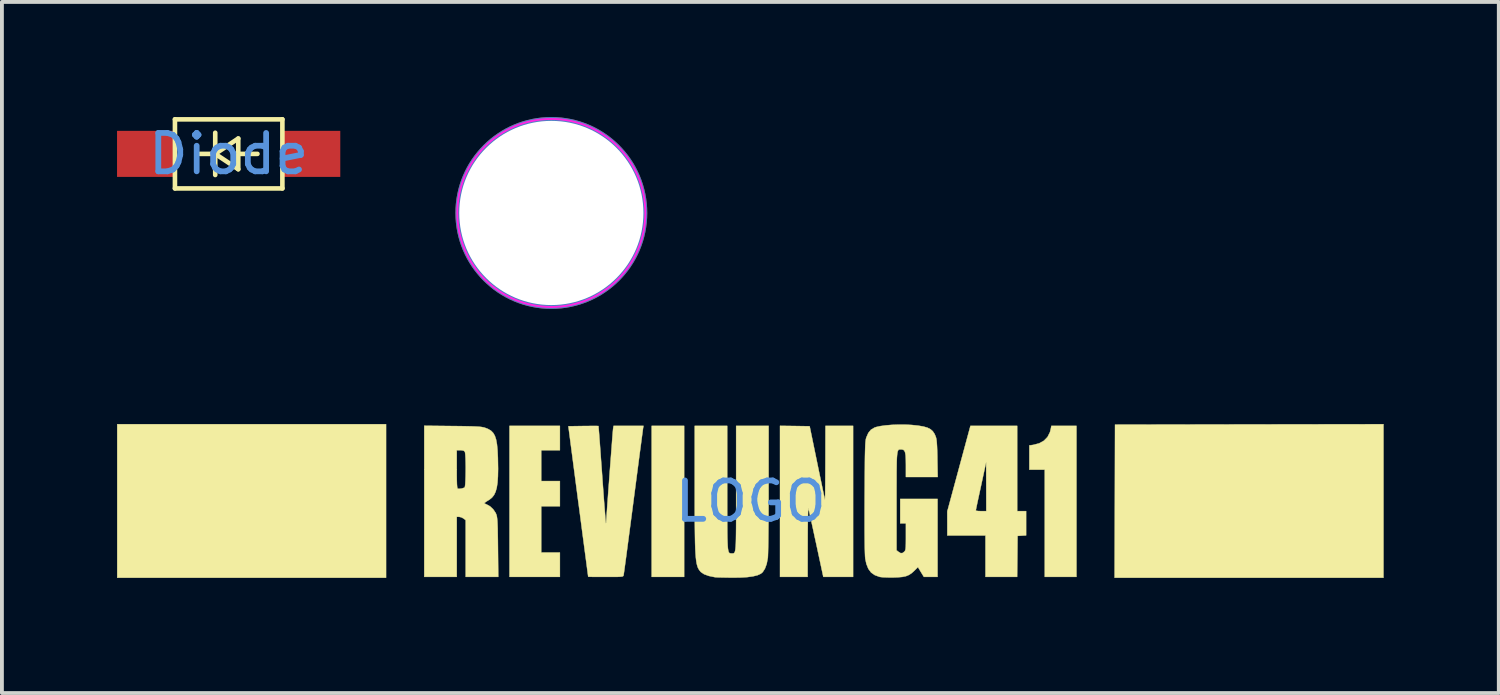
<source format=kicad_pcb>
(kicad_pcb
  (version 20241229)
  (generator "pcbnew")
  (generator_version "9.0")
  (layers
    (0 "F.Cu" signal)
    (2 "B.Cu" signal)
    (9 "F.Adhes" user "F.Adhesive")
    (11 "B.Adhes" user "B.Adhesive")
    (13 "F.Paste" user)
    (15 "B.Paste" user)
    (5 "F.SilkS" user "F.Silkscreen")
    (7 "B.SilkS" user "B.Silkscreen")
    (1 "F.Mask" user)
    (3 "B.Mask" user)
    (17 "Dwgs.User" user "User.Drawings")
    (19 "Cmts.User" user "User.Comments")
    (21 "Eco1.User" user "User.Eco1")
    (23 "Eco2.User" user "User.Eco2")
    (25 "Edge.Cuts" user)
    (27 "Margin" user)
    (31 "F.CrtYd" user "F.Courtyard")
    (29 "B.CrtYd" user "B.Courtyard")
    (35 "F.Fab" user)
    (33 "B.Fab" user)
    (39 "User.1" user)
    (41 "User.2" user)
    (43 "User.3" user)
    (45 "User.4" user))
  (footprint "LOGO"
    (layer "F.Cu")
    (at 16.515 10.016)
    (property "Reference" "LOGO" (at 0 0 0) (layer "Cmts.User") (effects (font (size 1 1) (thickness 0.15))))
    (attr through_hole)
    (fp_poly (pts (xy -9.504 1.99) (xy -16.51 1.99) (xy -16.51 -2.011) (xy -9.504 -2.011) (xy -9.504 1.99)) (stroke (width 0.01) (type solid)) (fill yes) (layer "F.SilkS"))
    (fp_poly (pts (xy -1.736 1.968) (xy -2.582 1.968) (xy -2.582 -1.968) (xy -1.736 -1.968) (xy -1.736 1.968)) (stroke (width 0.01) (type solid)) (fill yes) (layer "F.SilkS"))
    (fp_poly (pts (xy 16.489 1.99) (xy 9.482 1.99) (xy 9.488 -0.005) (xy 9.493 -2) (xy 12.991 -2.006) (xy 16.489 -2.011) (xy 16.489 1.99)) (stroke (width 0.01) (type solid)) (fill yes) (layer "F.SilkS"))
    (fp_poly (pts (xy -4.974 -1.333) (xy -5.461 -1.333) (xy -5.461 -0.529) (xy -4.974 -0.529) (xy -4.974 0.127) (xy -5.461 0.127) (xy -5.461 1.333) (xy -4.974 1.333) (xy -4.974 1.968) (xy -6.287 1.968) (xy -6.287 -1.968) (xy -4.974 -1.968) (xy -4.974 -1.333)) (stroke (width 0.01) (type solid)) (fill yes) (layer "F.SilkS"))
    (fp_poly (pts (xy 8.488 1.968) (xy 7.662 1.968) (xy 7.662 -0.826) (xy 7.26 -0.826) (xy 7.26 -1.458) (xy 7.361 -1.472) (xy 7.515 -1.512) (xy 7.64 -1.581) (xy 7.735 -1.679) (xy 7.798 -1.805) (xy 7.819 -1.889) (xy 7.834 -1.968) (xy 8.488 -1.968) (xy 8.488 1.968)) (stroke (width 0.01) (type solid)) (fill yes) (layer "F.SilkS"))
    (fp_poly (pts (xy 6.943 0.254) (xy 7.176 0.254) (xy 7.176 0.887) (xy 7.064 0.893) (xy 6.953 0.9) (xy 6.948 1.434) (xy 6.942 1.968) (xy 6.117 1.968) (xy 6.117 0.889) (xy 5.122 0.889) (xy 5.122 0.577) (xy 5.121 0.265) (xy 5.128 0.238) (xy 5.864 0.238) (xy 5.883 0.246) (xy 5.933 0.252) (xy 6.001 0.254) (xy 6.138 0.254) (xy 6.137 -0.386) (xy 6.135 -1.027) (xy 6 -0.402) (xy 5.966 -0.245) (xy 5.935 -0.102) (xy 5.908 0.023) (xy 5.887 0.124) (xy 5.872 0.196) (xy 5.865 0.234) (xy 5.864 0.238) (xy 5.128 0.238) (xy 5.423 -0.852) (xy 5.725 -1.968) (xy 6.943 -1.968) (xy 6.943 0.254)) (stroke (width 0.01) (type solid)) (fill yes) (layer "F.SilkS"))
    (fp_poly (pts (xy 1.148 -1.964) (xy 1.535 -1.958) (xy 1.729 -1.016) (xy 1.769 -0.821) (xy 1.807 -0.639) (xy 1.842 -0.473) (xy 1.872 -0.328) (xy 1.897 -0.208) (xy 1.916 -0.118) (xy 1.929 -0.061) (xy 1.933 -0.042) (xy 1.935 -0.056) (xy 1.937 -0.108) (xy 1.939 -0.195) (xy 1.94 -0.312) (xy 1.942 -0.455) (xy 1.943 -0.621) (xy 1.944 -0.805) (xy 1.945 -0.99) (xy 1.947 -1.968) (xy 2.667 -1.968) (xy 2.667 1.968) (xy 1.891 1.968) (xy 1.706 1.106) (xy 1.665 0.919) (xy 1.627 0.742) (xy 1.592 0.581) (xy 1.562 0.441) (xy 1.536 0.326) (xy 1.517 0.241) (xy 1.505 0.19) (xy 1.503 0.18) (xy 1.499 0.186) (xy 1.496 0.232) (xy 1.492 0.312) (xy 1.489 0.424) (xy 1.487 0.565) (xy 1.485 0.731) (xy 1.484 0.917) (xy 1.484 1.042) (xy 1.482 1.968) (xy 0.762 1.968) (xy 0.762 -1.969) (xy 1.148 -1.964)) (stroke (width 0.01) (type solid)) (fill yes) (layer "F.SilkS"))
    (fp_poly (pts (xy -0.614 -0.354) (xy -0.614 -0.045) (xy -0.614 0.224) (xy -0.613 0.456) (xy -0.612 0.654) (xy -0.611 0.821) (xy -0.609 0.959) (xy -0.605 1.071) (xy -0.601 1.159) (xy -0.595 1.227) (xy -0.587 1.277) (xy -0.578 1.312) (xy -0.566 1.335) (xy -0.553 1.348) (xy -0.537 1.353) (xy -0.519 1.355) (xy -0.498 1.355) (xy -0.498 1.355) (xy -0.477 1.355) (xy -0.458 1.355) (xy -0.442 1.351) (xy -0.429 1.34) (xy -0.417 1.321) (xy -0.408 1.29) (xy -0.4 1.244) (xy -0.394 1.181) (xy -0.389 1.098) (xy -0.386 0.993) (xy -0.384 0.862) (xy -0.382 0.703) (xy -0.381 0.513) (xy -0.381 0.289) (xy -0.381 0.03) (xy -0.381 -0.269) (xy -0.381 -0.34) (xy -0.381 -1.968) (xy 0.466 -1.968) (xy 0.465 -0.323) (xy 0.465 -0.058) (xy 0.464 0.197) (xy 0.463 0.439) (xy 0.461 0.665) (xy 0.459 0.871) (xy 0.457 1.053) (xy 0.454 1.208) (xy 0.451 1.332) (xy 0.448 1.421) (xy 0.445 1.473) (xy 0.444 1.476) (xy 0.415 1.63) (xy 0.369 1.754) (xy 0.311 1.844) (xy 0.264 1.884) (xy 0.177 1.924) (xy 0.059 1.953) (xy -0.093 1.974) (xy -0.282 1.985) (xy -0.505 1.987) (xy -0.63 1.985) (xy -0.743 1.983) (xy -0.837 1.981) (xy -0.904 1.978) (xy -0.931 1.976) (xy -1.092 1.943) (xy -1.216 1.898) (xy -1.3 1.841) (xy -1.311 1.829) (xy -1.336 1.798) (xy -1.358 1.765) (xy -1.378 1.726) (xy -1.394 1.679) (xy -1.409 1.622) (xy -1.421 1.551) (xy -1.431 1.463) (xy -1.439 1.357) (xy -1.446 1.229) (xy -1.451 1.077) (xy -1.454 0.897) (xy -1.457 0.688) (xy -1.459 0.447) (xy -1.46 0.17) (xy -1.46 -0.145) (xy -1.46 -0.365) (xy -1.46 -1.968) (xy -0.614 -1.968) (xy -0.614 -0.354)) (stroke (width 0.01) (type solid)) (fill yes) (layer "F.SilkS"))
    (fp_poly (pts (xy -7.773 -1.963) (xy -7.57 -1.961) (xy -7.405 -1.958) (xy -7.273 -1.955) (xy -7.169 -1.951) (xy -7.088 -1.946) (xy -7.026 -1.94) (xy -6.979 -1.932) (xy -6.941 -1.923) (xy -6.928 -1.919) (xy -6.84 -1.884) (xy -6.768 -1.841) (xy -6.712 -1.784) (xy -6.669 -1.709) (xy -6.637 -1.612) (xy -6.614 -1.487) (xy -6.599 -1.331) (xy -6.59 -1.138) (xy -6.589 -1.079) (xy -6.585 -0.846) (xy -6.589 -0.65) (xy -6.6 -0.488) (xy -6.62 -0.356) (xy -6.65 -0.25) (xy -6.69 -0.166) (xy -6.743 -0.1) (xy -6.807 -0.047) (xy -6.832 -0.032) (xy -6.89 0.004) (xy -6.93 0.033) (xy -6.942 0.046) (xy -6.925 0.061) (xy -6.883 0.08) (xy -6.882 0.08) (xy -6.793 0.13) (xy -6.711 0.208) (xy -6.648 0.301) (xy -6.634 0.334) (xy -6.623 0.365) (xy -6.615 0.402) (xy -6.609 0.451) (xy -6.603 0.514) (xy -6.599 0.598) (xy -6.595 0.706) (xy -6.593 0.844) (xy -6.59 1.015) (xy -6.588 1.201) (xy -6.58 1.968) (xy -7.429 1.968) (xy -7.429 0.49) (xy -7.485 0.446) (xy -7.543 0.415) (xy -7.602 0.402) (xy -7.662 0.402) (xy -7.662 1.968) (xy -8.509 1.968) (xy -8.509 -1.333) (xy -7.662 -1.333) (xy -7.662 -0.838) (xy -7.662 -0.67) (xy -7.66 -0.541) (xy -7.657 -0.447) (xy -7.652 -0.383) (xy -7.645 -0.346) (xy -7.636 -0.331) (xy -7.636 -0.331) (xy -7.59 -0.327) (xy -7.529 -0.336) (xy -7.473 -0.354) (xy -7.456 -0.365) (xy -7.447 -0.392) (xy -7.44 -0.454) (xy -7.435 -0.543) (xy -7.431 -0.651) (xy -7.429 -0.771) (xy -7.428 -0.894) (xy -7.43 -1.013) (xy -7.433 -1.121) (xy -7.438 -1.209) (xy -7.445 -1.27) (xy -7.451 -1.293) (xy -7.479 -1.32) (xy -7.529 -1.332) (xy -7.568 -1.333) (xy -7.662 -1.333) (xy -8.509 -1.333) (xy -8.509 -1.971) (xy -7.773 -1.963)) (stroke (width 0.01) (type solid)) (fill yes) (layer "F.SilkS"))
    (fp_poly (pts (xy -2.806 -1.91) (xy -2.81 -1.881) (xy -2.819 -1.813) (xy -2.833 -1.709) (xy -2.851 -1.572) (xy -2.873 -1.406) (xy -2.899 -1.214) (xy -2.927 -0.998) (xy -2.958 -0.762) (xy -2.991 -0.509) (xy -3.026 -0.241) (xy -3.059 0.011) (xy -3.095 0.288) (xy -3.13 0.553) (xy -3.163 0.804) (xy -3.194 1.038) (xy -3.222 1.25) (xy -3.247 1.44) (xy -3.269 1.602) (xy -3.287 1.734) (xy -3.301 1.834) (xy -3.31 1.897) (xy -3.313 1.921) (xy -3.318 1.937) (xy -3.327 1.948) (xy -3.345 1.957) (xy -3.379 1.962) (xy -3.434 1.966) (xy -3.514 1.968) (xy -3.626 1.968) (xy -3.775 1.968) (xy -3.779 1.968) (xy -3.912 1.968) (xy -4.031 1.968) (xy -4.128 1.967) (xy -4.197 1.965) (xy -4.232 1.964) (xy -4.236 1.963) (xy -4.239 1.942) (xy -4.247 1.882) (xy -4.26 1.785) (xy -4.277 1.655) (xy -4.298 1.495) (xy -4.323 1.308) (xy -4.351 1.096) (xy -4.382 0.863) (xy -4.415 0.611) (xy -4.45 0.343) (xy -4.487 0.063) (xy -4.496 0) (xy -4.753 -1.958) (xy -4.363 -1.964) (xy -4.24 -1.965) (xy -4.132 -1.966) (xy -4.046 -1.966) (xy -3.99 -1.965) (xy -3.969 -1.964) (xy -3.967 -1.942) (xy -3.962 -1.882) (xy -3.954 -1.787) (xy -3.945 -1.661) (xy -3.933 -1.507) (xy -3.92 -1.33) (xy -3.906 -1.132) (xy -3.89 -0.918) (xy -3.874 -0.699) (xy -3.858 -0.472) (xy -3.842 -0.258) (xy -3.828 -0.061) (xy -3.814 0.116) (xy -3.802 0.27) (xy -3.792 0.395) (xy -3.784 0.49) (xy -3.779 0.549) (xy -3.776 0.57) (xy -3.769 0.561) (xy -3.768 0.549) (xy -3.767 0.518) (xy -3.762 0.449) (xy -3.755 0.348) (xy -3.746 0.218) (xy -3.736 0.066) (xy -3.723 -0.106) (xy -3.71 -0.291) (xy -3.695 -0.485) (xy -3.681 -0.684) (xy -3.666 -0.883) (xy -3.651 -1.077) (xy -3.637 -1.261) (xy -3.624 -1.431) (xy -3.613 -1.582) (xy -3.603 -1.709) (xy -3.595 -1.808) (xy -3.589 -1.873) (xy -3.586 -1.9) (xy -3.575 -1.968) (xy -2.795 -1.968) (xy -2.806 -1.91)) (stroke (width 0.01) (type solid)) (fill yes) (layer "F.SilkS"))
    (fp_poly (pts (xy 4.022 -2) (xy 4.184 -1.992) (xy 4.186 -1.992) (xy 4.36 -1.974) (xy 4.497 -1.951) (xy 4.603 -1.921) (xy 4.684 -1.88) (xy 4.745 -1.826) (xy 4.791 -1.756) (xy 4.818 -1.693) (xy 4.831 -1.653) (xy 4.841 -1.601) (xy 4.848 -1.531) (xy 4.854 -1.439) (xy 4.859 -1.318) (xy 4.863 -1.161) (xy 4.863 -1.117) (xy 4.872 -0.635) (xy 4.043 -0.635) (xy 4.043 -0.948) (xy 4.041 -1.09) (xy 4.036 -1.196) (xy 4.024 -1.27) (xy 4.005 -1.317) (xy 3.978 -1.343) (xy 3.939 -1.354) (xy 3.917 -1.355) (xy 3.893 -1.355) (xy 3.873 -1.353) (xy 3.856 -1.346) (xy 3.842 -1.332) (xy 3.83 -1.306) (xy 3.821 -1.267) (xy 3.814 -1.21) (xy 3.808 -1.133) (xy 3.804 -1.033) (xy 3.802 -0.907) (xy 3.8 -0.752) (xy 3.8 -0.563) (xy 3.799 -0.34) (xy 3.799 -0.078) (xy 3.799 -0.005) (xy 3.799 1.274) (xy 3.849 1.314) (xy 3.907 1.349) (xy 3.955 1.346) (xy 4 1.312) (xy 4.016 1.294) (xy 4.028 1.269) (xy 4.035 1.232) (xy 4.04 1.176) (xy 4.042 1.093) (xy 4.043 0.978) (xy 4.043 0.921) (xy 4.043 0.572) (xy 3.895 0.572) (xy 3.895 -0.064) (xy 4.868 -0.064) (xy 4.868 1.968) (xy 4.512 1.968) (xy 4.434 1.841) (xy 4.357 1.713) (xy 4.268 1.802) (xy 4.196 1.868) (xy 4.124 1.916) (xy 4.045 1.949) (xy 3.948 1.969) (xy 3.825 1.979) (xy 3.715 1.983) (xy 3.603 1.983) (xy 3.499 1.98) (xy 3.414 1.975) (xy 3.359 1.968) (xy 3.357 1.967) (xy 3.233 1.922) (xy 3.136 1.854) (xy 3.064 1.757) (xy 3.013 1.629) (xy 2.984 1.491) (xy 2.979 1.433) (xy 2.975 1.332) (xy 2.971 1.189) (xy 2.969 1.005) (xy 2.967 0.779) (xy 2.967 0.512) (xy 2.967 0.204) (xy 2.968 -0.107) (xy 2.97 -0.393) (xy 2.971 -0.639) (xy 2.973 -0.85) (xy 2.974 -1.027) (xy 2.976 -1.175) (xy 2.979 -1.297) (xy 2.982 -1.395) (xy 2.985 -1.473) (xy 2.989 -1.534) (xy 2.994 -1.581) (xy 2.999 -1.617) (xy 3.006 -1.645) (xy 3.012 -1.666) (xy 3.064 -1.784) (xy 3.132 -1.867) (xy 3.222 -1.921) (xy 3.267 -1.937) (xy 3.375 -1.961) (xy 3.516 -1.98) (xy 3.677 -1.994) (xy 3.85 -2) (xy 4.022 -2)) (stroke (width 0.01) (type solid)) (fill yes) (layer "F.SilkS")))
  (footprint "Diode"
    (layer "F.Cu")
    (at 2.909 0.96)
    (property "Reference" "Diode" (at 0 0 0) (layer "Cmts.User") (effects (font (size 1 1) (thickness 0.15))))
    (attr smd)
    (fp_line (start -1.4 -0.9) (end 1.4 -0.9) (stroke (width 0.12) (type solid)) (layer "F.SilkS"))
    (fp_line (start -1.4 0.9) (end -1.4 -0.9) (stroke (width 0.12) (type solid)) (layer "F.SilkS"))
    (fp_line (start -0.75 0) (end -0.35 0) (stroke (width 0.12) (type solid)) (layer "F.SilkS"))
    (fp_line (start -0.35 0) (end -0.35 -0.55) (stroke (width 0.12) (type solid)) (layer "F.SilkS"))
    (fp_line (start -0.35 0) (end -0.35 0.55) (stroke (width 0.12) (type solid)) (layer "F.SilkS"))
    (fp_line (start -0.35 0) (end 0.25 -0.4) (stroke (width 0.12) (type solid)) (layer "F.SilkS"))
    (fp_line (start 0.25 -0.4) (end 0.25 0.4) (stroke (width 0.12) (type solid)) (layer "F.SilkS"))
    (fp_line (start 0.25 0) (end 0.75 0) (stroke (width 0.12) (type solid)) (layer "F.SilkS"))
    (fp_line (start 0.25 0.4) (end -0.35 0) (stroke (width 0.12) (type solid)) (layer "F.SilkS"))
    (fp_line (start 1.4 -0.9) (end 1.4 0.9) (stroke (width 0.12) (type solid)) (layer "F.SilkS"))
    (fp_line (start 1.4 0.9) (end -1.4 0.9) (stroke (width 0.12) (type solid)) (layer "F.SilkS"))
    (pad "1" smd rect (at -2.159 0) (size 1.5 1.2) (layers "F.Cu" "F.Mask" "F.Paste"))
    (pad "2" smd rect (at 2.159 0) (size 1.5 1.2) (layers "F.Cu" "F.Mask" "F.Paste")))
  (footprint "Hole"
    (layer "F.Cu")
    (at 11.318 2.5)
    (property "Reference" "Hole" (at 0 0.5 0) (layer "Cmts.User") (effects (font (size 1 1) (thickness 0.15))))
    (attr through_hole)
    (fp_circle (center 0 0) (end 2.45 0) (stroke (width 0.05) (type solid)) (fill no) (layer "F.CrtYd"))
    (pad "" np_thru_hole circle (at 0 0) (size 5 5) (drill 4.8) (layers "*.Cu" "*.Mask")))
  (gr_rect
    (start -3 -3)
    (end 36.009 15.011)
    (stroke (width 0.1) (type default))
    (fill no)
    (layer "Edge.Cuts")))
</source>
